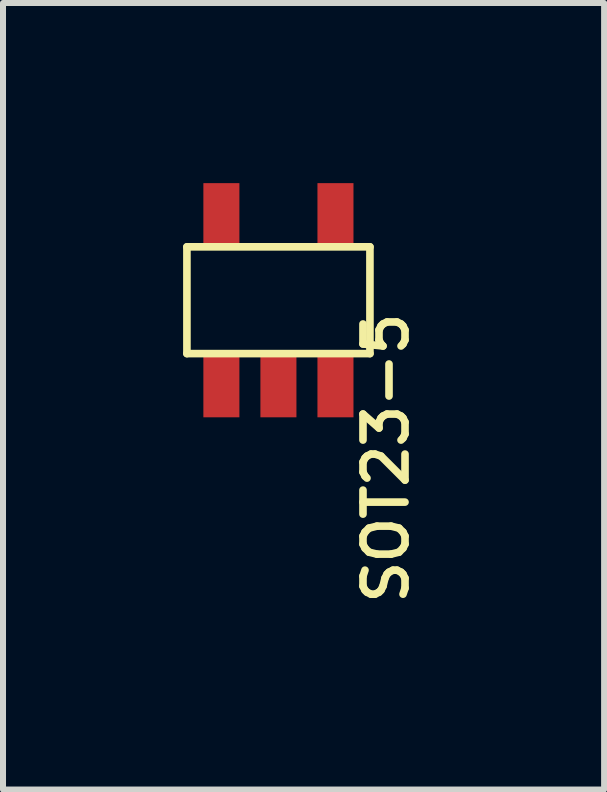
<source format=kicad_pcb>
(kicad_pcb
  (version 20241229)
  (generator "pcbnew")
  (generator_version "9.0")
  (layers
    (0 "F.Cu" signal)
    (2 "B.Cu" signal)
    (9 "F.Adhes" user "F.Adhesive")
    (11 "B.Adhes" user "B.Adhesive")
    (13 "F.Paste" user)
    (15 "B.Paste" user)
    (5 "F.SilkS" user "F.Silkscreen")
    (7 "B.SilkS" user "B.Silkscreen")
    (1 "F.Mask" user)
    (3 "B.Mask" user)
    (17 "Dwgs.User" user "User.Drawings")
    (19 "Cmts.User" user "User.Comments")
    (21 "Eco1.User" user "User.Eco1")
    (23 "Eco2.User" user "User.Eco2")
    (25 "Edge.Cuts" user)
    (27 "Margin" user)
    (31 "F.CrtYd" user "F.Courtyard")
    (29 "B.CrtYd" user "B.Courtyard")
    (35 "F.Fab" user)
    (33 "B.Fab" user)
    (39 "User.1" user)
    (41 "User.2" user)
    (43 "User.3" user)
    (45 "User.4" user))
  (footprint "SOT23-5"
    (layer "F.Cu")
    (at 1.587 1.95)
    (property "Reference" "SOT23-5" (at 1.791 2.629 90) (layer "F.SilkS") (effects (font (size 0.7 0.7) (thickness 0.127))))
    (attr smd)
    (fp_line (start -1.524 -0.889) (end 1.524 -0.889) (stroke (width 0.127) (type solid)) (layer "F.SilkS"))
    (fp_line (start -1.524 0.889) (end -1.524 -0.889) (stroke (width 0.127) (type solid)) (layer "F.SilkS"))
    (fp_line (start 1.524 -0.889) (end 1.524 0.889) (stroke (width 0.127) (type solid)) (layer "F.SilkS"))
    (fp_line (start 1.524 0.889) (end -1.524 0.889) (stroke (width 0.127) (type solid)) (layer "F.SilkS"))
    (pad "1" smd rect (at -0.95 1.4) (size 0.6 1.1) (layers "F.Cu" "F.Mask" "F.Paste"))
    (pad "2" smd rect (at 0 1.4) (size 0.6 1.1) (layers "F.Cu" "F.Mask" "F.Paste"))
    (pad "3" smd rect (at 0.95 1.4) (size 0.6 1.1) (layers "F.Cu" "F.Mask" "F.Paste"))
    (pad "4" smd rect (at 0.95 -1.4) (size 0.6 1.1) (layers "F.Cu" "F.Mask" "F.Paste"))
    (pad "5" smd rect (at -0.95 -1.4) (size 0.6 1.1) (layers "F.Cu" "F.Mask" "F.Paste")))
  (gr_rect
    (start -3 -3)
    (end 7.011 10.099)
    (stroke (width 0.1) (type default))
    (fill no)
    (layer "Edge.Cuts")))
</source>
